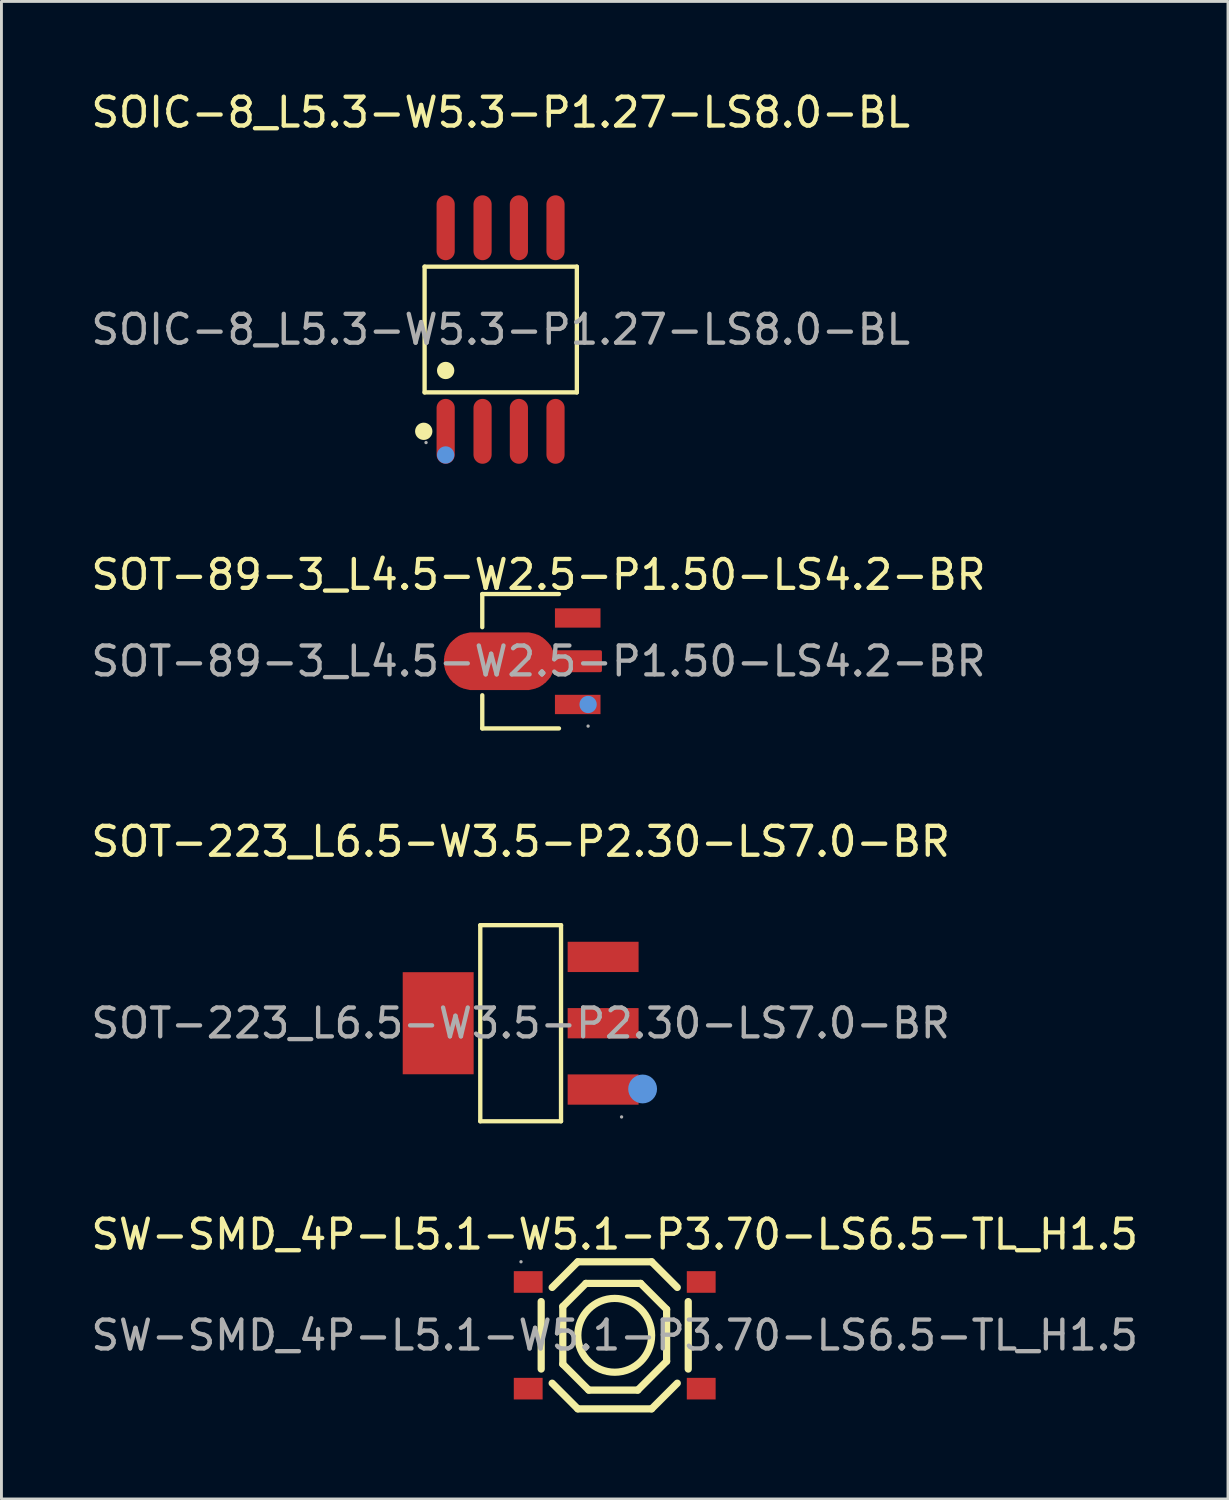
<source format=kicad_pcb>
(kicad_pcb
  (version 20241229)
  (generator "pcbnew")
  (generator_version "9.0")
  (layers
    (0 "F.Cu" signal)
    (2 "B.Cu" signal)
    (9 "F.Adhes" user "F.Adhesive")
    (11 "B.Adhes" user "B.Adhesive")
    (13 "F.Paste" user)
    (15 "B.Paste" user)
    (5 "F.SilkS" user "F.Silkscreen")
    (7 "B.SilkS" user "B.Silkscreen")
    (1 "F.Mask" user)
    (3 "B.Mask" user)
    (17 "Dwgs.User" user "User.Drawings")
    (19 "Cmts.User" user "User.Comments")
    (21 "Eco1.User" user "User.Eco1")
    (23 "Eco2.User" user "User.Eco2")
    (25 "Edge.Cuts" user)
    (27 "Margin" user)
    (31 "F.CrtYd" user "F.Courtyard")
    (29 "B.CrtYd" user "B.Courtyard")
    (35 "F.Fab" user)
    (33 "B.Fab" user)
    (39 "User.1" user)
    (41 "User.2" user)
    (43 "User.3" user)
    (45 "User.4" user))
  (footprint "SW-SMD_4P-L5.1-W5.1-P3.70-LS6.5-TL_H1.5"
    (layer "F.Cu")
    (at 18.268 43.258)
    (property "Reference" "SW-SMD_4P-L5.1-W5.1-P3.70-LS6.5-TL_H1.5" (at 0 -3.5 0) (layer "F.SilkS") (effects (font (size 1 1) (thickness 0.15))))
    (attr smd)
    (fp_line (start -2.55 -1.17) (end -2.55 1.17) (stroke (width 0.25) (type solid)) (layer "F.SilkS"))
    (fp_line (start -2.17 1.66) (end -1.28 2.55) (stroke (width 0.25) (type solid)) (layer "F.SilkS"))
    (fp_line (start -1.8 -1) (end -1 -1.8) (stroke (width 0.25) (type solid)) (layer "F.SilkS"))
    (fp_line (start -1.8 1) (end -1.8 -1) (stroke (width 0.25) (type solid)) (layer "F.SilkS"))
    (fp_line (start -1.28 -2.55) (end -2.17 -1.66) (stroke (width 0.25) (type solid)) (layer "F.SilkS"))
    (fp_line (start -1.28 -2.55) (end 1.28 -2.55) (stroke (width 0.25) (type solid)) (layer "F.SilkS"))
    (fp_line (start -1.28 2.55) (end 1.28 2.55) (stroke (width 0.25) (type solid)) (layer "F.SilkS"))
    (fp_line (start -1 -1.8) (end 0.9 -1.8) (stroke (width 0.25) (type solid)) (layer "F.SilkS"))
    (fp_line (start -0.9 1.9) (end -1.8 1) (stroke (width 0.25) (type solid)) (layer "F.SilkS"))
    (fp_line (start 0.8 1.9) (end -0.9 1.9) (stroke (width 0.25) (type solid)) (layer "F.SilkS"))
    (fp_line (start 0.9 -1.8) (end 1.8 -0.9) (stroke (width 0.25) (type solid)) (layer "F.SilkS"))
    (fp_line (start 1.28 -2.55) (end 2.17 -1.66) (stroke (width 0.25) (type solid)) (layer "F.SilkS"))
    (fp_line (start 1.8 -0.9) (end 1.8 0.9) (stroke (width 0.25) (type solid)) (layer "F.SilkS"))
    (fp_line (start 1.8 0.9) (end 0.8 1.9) (stroke (width 0.25) (type solid)) (layer "F.SilkS"))
    (fp_line (start 2.17 1.66) (end 1.28 2.55) (stroke (width 0.25) (type solid)) (layer "F.SilkS"))
    (fp_line (start 2.55 -1.17) (end 2.55 1.17) (stroke (width 0.25) (type solid)) (layer "F.SilkS"))
    (fp_circle (center 0 0) (end 1.28 0) (stroke (width 0.25) (type solid)) (fill no) (layer "F.SilkS"))
    (fp_circle (center -3.25 -2.55) (end -3.22 -2.55) (stroke (width 0.06) (type solid)) (fill no) (layer "F.Fab"))
    (fp_text user "${REFERENCE}" (at 0 0 0) (layer "F.Fab") (effects (font (size 1 1) (thickness 0.15))))
    (pad "1" smd rect (at -3 -1.85) (size 1 0.75) (layers "F.Cu" "F.Mask" "F.Paste"))
    (pad "2" smd rect (at 3 -1.85) (size 1 0.75) (layers "F.Cu" "F.Mask" "F.Paste"))
    (pad "3" smd rect (at -3 1.85) (size 1 0.75) (layers "F.Cu" "F.Mask" "F.Paste"))
    (pad "4" smd rect (at 3 1.85) (size 1 0.75) (layers "F.Cu" "F.Mask" "F.Paste")))
  (footprint "SOT-89-3_L4.5-W2.5-P1.50-LS4.2-BR"
    (layer "F.Cu")
    (at 15.625 19.881)
    (property "Reference" "SOT-89-3_L4.5-W2.5-P1.50-LS4.2-BR" (at 0 -3 0) (layer "F.SilkS") (effects (font (size 1 1) (thickness 0.15))))
    (attr smd)
    (fp_line (start -1.95 -2.33) (end -1.95 -1.18) (stroke (width 0.15) (type solid)) (layer "F.SilkS"))
    (fp_line (start -1.95 2.33) (end -1.95 1.18) (stroke (width 0.15) (type solid)) (layer "F.SilkS"))
    (fp_line (start 0.71 -2.33) (end -1.95 -2.33) (stroke (width 0.15) (type solid)) (layer "F.SilkS"))
    (fp_line (start 0.71 2.33) (end -1.95 2.33) (stroke (width 0.15) (type solid)) (layer "F.SilkS"))
    (fp_circle (center 1.72 1.5) (end 1.87 1.5) (stroke (width 0.3) (type solid)) (fill no) (layer "Cmts.User"))
    (fp_circle (center 1.72 2.25) (end 1.75 2.25) (stroke (width 0.06) (type solid)) (fill no) (layer "F.Fab"))
    (fp_text user "${REFERENCE}" (at 0 0 0) (layer "F.Fab") (effects (font (size 1 1) (thickness 0.15))))
    (pad "1" smd rect (at 1.36 1.5) (size 1.58 0.67) (layers "F.Cu" "F.Mask" "F.Paste"))
    (pad "2" smd custom (at -1.36 0) (size 0.01 0.01) (layers "F.Cu" "F.Mask" "F.Paste") (options (anchor circle)) (primitives (gr_poly (pts (xy -0.92 -0.95) (xy 0.93 -0.95) (xy 0.98 -0.95) (xy 1.02 -0.95) (xy 1.07 -0.94) (xy 1.11 -0.93) (xy 1.16 -0.92) (xy 1.2 -0.91) (xy 1.24 -0.9) (xy 1.28 -0.88) (xy 1.32 -0.87) (xy 1.36 -0.85) (xy 1.4 -0.83) (xy 1.44 -0.8) (xy 1.48 -0.78) (xy 1.51 -0.75) (xy 1.55 -0.72) (xy 1.58 -0.69) (xy 1.61 -0.66) (xy 1.64 -0.63) (xy 1.67 -0.6) (xy 1.7 -0.56) (xy 1.73 -0.53) (xy 1.75 -0.49) (xy 1.77 -0.45) (xy 1.79 -0.41) (xy 1.81 -0.33) (xy 3.51 -0.33) (xy 3.51 0.33) (xy 1.81 0.33) (xy 1.79 0.41) (xy 1.77 0.45) (xy 1.75 0.49) (xy 1.73 0.53) (xy 1.7 0.56) (xy 1.67 0.6) (xy 1.64 0.63) (xy 1.61 0.66) (xy 1.58 0.7) (xy 1.55 0.72) (xy 1.51 0.75) (xy 1.48 0.78) (xy 1.44 0.8) (xy 1.4 0.83) (xy 1.36 0.85) (xy 1.32 0.87) (xy 1.28 0.88) (xy 1.24 0.9) (xy 1.2 0.91) (xy 1.16 0.92) (xy 1.11 0.93) (xy 1.07 0.94) (xy 1.02 0.95) (xy 0.98 0.95) (xy 0.93 0.95) (xy -0.92 0.95) (xy -0.96 0.95) (xy -1.01 0.95) (xy -1.05 0.94) (xy -1.1 0.93) (xy -1.14 0.92) (xy -1.18 0.91) (xy -1.23 0.9) (xy -1.27 0.88) (xy -1.31 0.87) (xy -1.35 0.85) (xy -1.39 0.83) (xy -1.43 0.8) (xy -1.46 0.78) (xy -1.5 0.75) (xy -1.53 0.72) (xy -1.57 0.7) (xy -1.6 0.66) (xy -1.63 0.63) (xy -1.66 0.6) (xy -1.69 0.56) (xy -1.71 0.53) (xy -1.73 0.49) (xy -1.76 0.45) (xy -1.78 0.41) (xy -1.8 0.37) (xy -1.81 0.33) (xy -1.83 0.29) (xy -1.84 0.24) (xy -1.85 0.2) (xy -1.86 0.16) (xy -1.86 0.11) (xy -1.87 0.07) (xy -1.87 0.02) (xy -1.87 -0.02) (xy -1.87 -0.07) (xy -1.86 -0.11) (xy -1.86 -0.15) (xy -1.85 -0.2) (xy -1.84 -0.24) (xy -1.83 -0.28) (xy -1.81 -0.33) (xy -1.8 -0.37) (xy -1.78 -0.41) (xy -1.76 -0.45) (xy -1.73 -0.49) (xy -1.71 -0.53) (xy -1.69 -0.56) (xy -1.66 -0.6) (xy -1.63 -0.63) (xy -1.6 -0.66) (xy -1.57 -0.69) (xy -1.53 -0.72) (xy -1.5 -0.75) (xy -1.46 -0.78) (xy -1.43 -0.8) (xy -1.39 -0.83) (xy -1.35 -0.85) (xy -1.31 -0.87) (xy -1.27 -0.88) (xy -1.23 -0.9) (xy -1.18 -0.91) (xy -1.14 -0.92) (xy -1.1 -0.93) (xy -1.05 -0.94) (xy -1.01 -0.95) (xy -0.96 -0.95) (xy -0.92 -0.95)) (width 0.1) (fill yes))))
    (pad "3" smd rect (at 1.36 -1.5) (size 1.58 0.67) (layers "F.Cu" "F.Mask" "F.Paste")))
  (footprint "SOIC-8_L5.3-W5.3-P1.27-LS8.0-BL"
    (layer "F.Cu")
    (at 14.315 8.378)
    (property "Reference" "SOIC-8_L5.3-W5.3-P1.27-LS8.0-BL" (at 0 -7.53 0) (layer "F.SilkS") (effects (font (size 1 1) (thickness 0.15))))
    (attr smd)
    (fp_line (start -2.64 -2.18) (end 2.64 -2.18) (stroke (width 0.15) (type solid)) (layer "F.SilkS"))
    (fp_line (start -2.64 2.18) (end -2.64 -2.18) (stroke (width 0.15) (type solid)) (layer "F.SilkS"))
    (fp_line (start 2.64 -2.18) (end 2.64 2.18) (stroke (width 0.15) (type solid)) (layer "F.SilkS"))
    (fp_line (start 2.64 2.18) (end -2.64 2.18) (stroke (width 0.15) (type solid)) (layer "F.SilkS"))
    (fp_circle (center -2.67 3.53) (end -2.52 3.53) (stroke (width 0.3) (type solid)) (fill no) (layer "F.SilkS"))
    (fp_circle (center -1.91 1.42) (end -1.76 1.42) (stroke (width 0.3) (type solid)) (fill no) (layer "F.SilkS"))
    (fp_circle (center -1.91 4.35) (end -1.76 4.35) (stroke (width 0.3) (type solid)) (fill no) (layer "Cmts.User"))
    (fp_circle (center -2.59 3.92) (end -2.56 3.92) (stroke (width 0.06) (type solid)) (fill no) (layer "F.Fab"))
    (fp_text user "${REFERENCE}" (at 0 0 0) (layer "F.Fab") (effects (font (size 1 1) (thickness 0.15))))
    (pad "1" smd oval (at -1.91 3.53) (size 0.63 2.25) (layers "F.Cu" "F.Mask" "F.Paste"))
    (pad "2" smd oval (at -0.63 3.53) (size 0.63 2.25) (layers "F.Cu" "F.Mask" "F.Paste"))
    (pad "3" smd oval (at 0.63 3.53) (size 0.63 2.25) (layers "F.Cu" "F.Mask" "F.Paste"))
    (pad "4" smd oval (at 1.9 3.53) (size 0.63 2.25) (layers "F.Cu" "F.Mask" "F.Paste"))
    (pad "5" smd oval (at 1.9 -3.53) (size 0.63 2.25) (layers "F.Cu" "F.Mask" "F.Paste"))
    (pad "6" smd oval (at 0.63 -3.53) (size 0.63 2.25) (layers "F.Cu" "F.Mask" "F.Paste"))
    (pad "7" smd oval (at -0.63 -3.53) (size 0.63 2.25) (layers "F.Cu" "F.Mask" "F.Paste"))
    (pad "8" smd oval (at -1.91 -3.53) (size 0.63 2.25) (layers "F.Cu" "F.Mask" "F.Paste")))
  (footprint "SOT-223_L6.5-W3.5-P2.30-LS7.0-BR"
    (layer "F.Cu")
    (at 15.006 32.435)
    (property "Reference" "SOT-223_L6.5-W3.5-P2.30-LS7.0-BR" (at 0 -6.3 0) (layer "F.SilkS") (effects (font (size 1 1) (thickness 0.15))))
    (attr smd)
    (fp_line (start -1.4 -3.4) (end 1.4 -3.4) (stroke (width 0.15) (type solid)) (layer "F.SilkS"))
    (fp_line (start -1.4 3.4) (end -1.4 -3.4) (stroke (width 0.15) (type solid)) (layer "F.SilkS"))
    (fp_line (start 1.4 -3.4) (end 1.4 3.4) (stroke (width 0.15) (type solid)) (layer "F.SilkS"))
    (fp_line (start 1.4 3.4) (end -1.4 3.4) (stroke (width 0.15) (type solid)) (layer "F.SilkS"))
    (fp_circle (center 4.23 2.28) (end 4.48 2.28) (stroke (width 0.5) (type solid)) (fill no) (layer "Cmts.User"))
    (fp_circle (center 3.5 3.25) (end 3.53 3.25) (stroke (width 0.06) (type solid)) (fill no) (layer "F.Fab"))
    (fp_text user "${REFERENCE}" (at 0 0 0) (layer "F.Fab") (effects (font (size 1 1) (thickness 0.15))))
    (pad "1" smd rect (at 2.86 2.3) (size 2.46 1.05) (layers "F.Cu" "F.Mask" "F.Paste"))
    (pad "2" smd rect (at 2.86 0) (size 2.46 1.05) (layers "F.Cu" "F.Mask" "F.Paste"))
    (pad "3" smd rect (at 2.86 -2.3) (size 2.46 1.05) (layers "F.Cu" "F.Mask" "F.Paste"))
    (pad "4" smd rect (at -2.86 0) (size 2.46 3.54) (layers "F.Cu" "F.Mask" "F.Paste")))
  (gr_rect
    (start -3 -3)
    (end 39.536 48.933)
    (stroke (width 0.1) (type default))
    (fill no)
    (layer "Edge.Cuts")))
</source>
